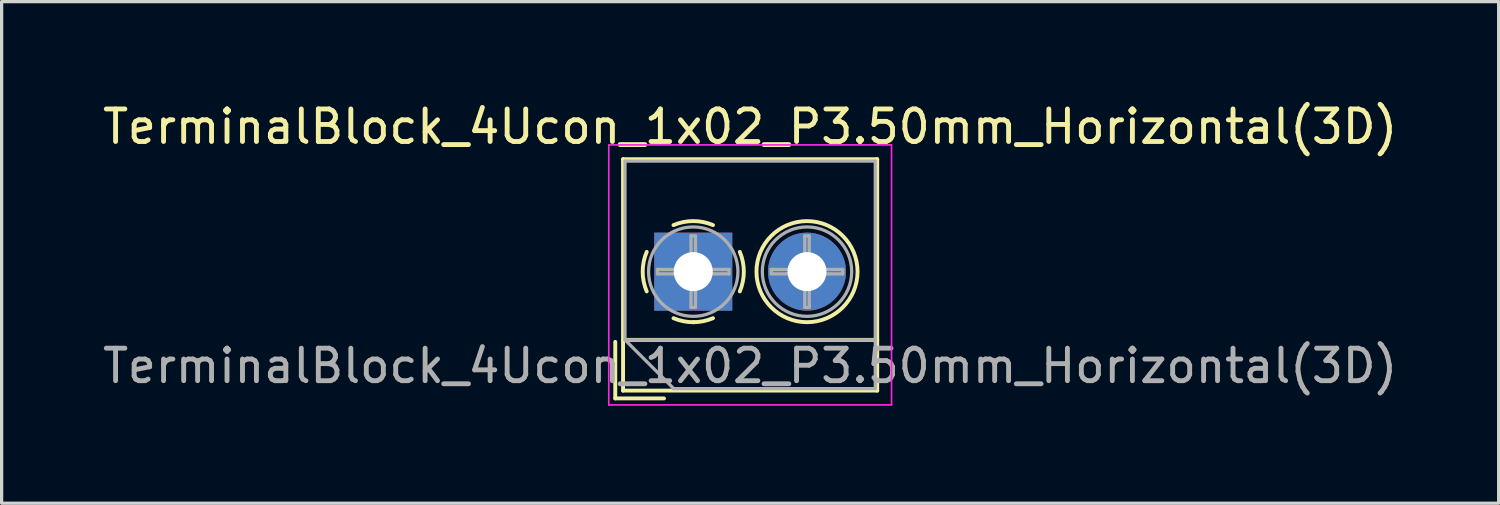
<source format=kicad_pcb>
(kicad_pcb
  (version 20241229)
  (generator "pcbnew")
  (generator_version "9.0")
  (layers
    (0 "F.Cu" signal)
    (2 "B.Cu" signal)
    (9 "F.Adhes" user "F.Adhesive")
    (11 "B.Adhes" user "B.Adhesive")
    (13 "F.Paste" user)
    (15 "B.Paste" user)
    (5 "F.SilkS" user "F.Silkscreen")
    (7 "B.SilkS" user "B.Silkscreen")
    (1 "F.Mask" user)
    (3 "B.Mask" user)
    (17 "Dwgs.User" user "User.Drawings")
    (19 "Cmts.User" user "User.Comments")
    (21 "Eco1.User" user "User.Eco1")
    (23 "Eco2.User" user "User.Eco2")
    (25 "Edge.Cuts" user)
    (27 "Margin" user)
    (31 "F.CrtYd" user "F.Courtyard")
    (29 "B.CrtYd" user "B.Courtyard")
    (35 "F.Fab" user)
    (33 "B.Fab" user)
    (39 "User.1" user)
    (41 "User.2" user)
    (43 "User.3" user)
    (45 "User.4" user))
  (footprint "TerminalBlock_4Ucon_1x02_P3.50mm_Horizontal(3D)"
    (layer "F.Cu")
    (at 18.28 5.308)
    (property "Reference" "TerminalBlock_4Ucon_1x02_P3.50mm_Horizontal(3D)" (at 1.75 -4.46 0) (layer "F.SilkS") (effects (font (size 1 1) (thickness 0.15))))
    (attr through_hole)
    (fp_line (start -2.4 2.16) (end -2.4 3.9) (stroke (width 0.12) (type solid)) (layer "F.SilkS"))
    (fp_line (start -2.4 3.9) (end -0.9 3.9) (stroke (width 0.12) (type solid)) (layer "F.SilkS"))
    (fp_line (start -2.16 -3.46) (end -2.16 3.66) (stroke (width 0.12) (type solid)) (layer "F.SilkS"))
    (fp_line (start -2.16 -3.46) (end 5.66 -3.46) (stroke (width 0.12) (type solid)) (layer "F.SilkS"))
    (fp_line (start -2.16 2.1) (end 5.66 2.1) (stroke (width 0.12) (type solid)) (layer "F.SilkS"))
    (fp_line (start -2.16 3.66) (end 5.66 3.66) (stroke (width 0.12) (type solid)) (layer "F.SilkS"))
    (fp_line (start 5.66 -3.46) (end 5.66 3.66) (stroke (width 0.12) (type solid)) (layer "F.SilkS"))
    (fp_arc (start -1.432109 0.607742) (mid -1.555727 -0.00014) (end -1.432 -0.608) (stroke (width 0.12) (type solid)) (layer "F.SilkS"))
    (fp_arc (start -0.607742 -1.432109) (mid 0.00014 -1.555727) (end 0.608 -1.432) (stroke (width 0.12) (type solid)) (layer "F.SilkS"))
    (fp_arc (start 0.027011 1.555493) (mid -0.296984 1.527118) (end -0.608 1.432) (stroke (width 0.12) (type solid)) (layer "F.SilkS"))
    (fp_arc (start 0.607587 1.431385) (mid 0.310017 1.523783) (end 0 1.555) (stroke (width 0.12) (type solid)) (layer "F.SilkS"))
    (fp_arc (start 1.432109 -0.607742) (mid 1.555727 0.00014) (end 1.432 0.608) (stroke (width 0.12) (type solid)) (layer "F.SilkS"))
    (fp_circle (center 3.5 0) (end 5.055 0) (stroke (width 0.12) (type solid)) (fill no) (layer "F.SilkS"))
    (fp_line (start -2.6 -3.9) (end -2.6 4.1) (stroke (width 0.05) (type solid)) (layer "F.CrtYd"))
    (fp_line (start -2.6 4.1) (end 6.1 4.1) (stroke (width 0.05) (type solid)) (layer "F.CrtYd"))
    (fp_line (start 6.1 -3.9) (end -2.6 -3.9) (stroke (width 0.05) (type solid)) (layer "F.CrtYd"))
    (fp_line (start 6.1 4.1) (end 6.1 -3.9) (stroke (width 0.05) (type solid)) (layer "F.CrtYd"))
    (fp_line (start -2.1 -3.4) (end 5.6 -3.4) (stroke (width 0.1) (type solid)) (layer "F.Fab"))
    (fp_line (start -2.1 2.1) (end -2.1 -3.4) (stroke (width 0.1) (type solid)) (layer "F.Fab"))
    (fp_line (start -2.1 2.1) (end 5.6 2.1) (stroke (width 0.1) (type solid)) (layer "F.Fab"))
    (fp_line (start -1.1 -0.069) (end -0.069 -0.069) (stroke (width 0.1) (type solid)) (layer "F.Fab"))
    (fp_line (start -1.1 0.069) (end -1.1 -0.069) (stroke (width 0.1) (type solid)) (layer "F.Fab"))
    (fp_line (start -0.6 3.6) (end -2.1 2.1) (stroke (width 0.1) (type solid)) (layer "F.Fab"))
    (fp_line (start -0.069 -1.1) (end 0.069 -1.1) (stroke (width 0.1) (type solid)) (layer "F.Fab"))
    (fp_line (start -0.069 -0.069) (end -0.069 -1.1) (stroke (width 0.1) (type solid)) (layer "F.Fab"))
    (fp_line (start -0.069 0.069) (end -1.1 0.069) (stroke (width 0.1) (type solid)) (layer "F.Fab"))
    (fp_line (start -0.069 1.1) (end -0.069 0.069) (stroke (width 0.1) (type solid)) (layer "F.Fab"))
    (fp_line (start 0.069 -1.1) (end 0.069 -0.069) (stroke (width 0.1) (type solid)) (layer "F.Fab"))
    (fp_line (start 0.069 -0.069) (end 1.1 -0.069) (stroke (width 0.1) (type solid)) (layer "F.Fab"))
    (fp_line (start 0.069 0.069) (end 0.069 1.1) (stroke (width 0.1) (type solid)) (layer "F.Fab"))
    (fp_line (start 0.069 1.1) (end -0.069 1.1) (stroke (width 0.1) (type solid)) (layer "F.Fab"))
    (fp_line (start 1.1 -0.069) (end 1.1 0.069) (stroke (width 0.1) (type solid)) (layer "F.Fab"))
    (fp_line (start 1.1 0.069) (end 0.069 0.069) (stroke (width 0.1) (type solid)) (layer "F.Fab"))
    (fp_line (start 2.4 -0.069) (end 3.431 -0.069) (stroke (width 0.1) (type solid)) (layer "F.Fab"))
    (fp_line (start 2.4 0.069) (end 2.4 -0.069) (stroke (width 0.1) (type solid)) (layer "F.Fab"))
    (fp_line (start 3.431 -1.1) (end 3.569 -1.1) (stroke (width 0.1) (type solid)) (layer "F.Fab"))
    (fp_line (start 3.431 -0.069) (end 3.431 -1.1) (stroke (width 0.1) (type solid)) (layer "F.Fab"))
    (fp_line (start 3.431 0.069) (end 2.4 0.069) (stroke (width 0.1) (type solid)) (layer "F.Fab"))
    (fp_line (start 3.431 1.1) (end 3.431 0.069) (stroke (width 0.1) (type solid)) (layer "F.Fab"))
    (fp_line (start 3.569 -1.1) (end 3.569 -0.069) (stroke (width 0.1) (type solid)) (layer "F.Fab"))
    (fp_line (start 3.569 -0.069) (end 4.6 -0.069) (stroke (width 0.1) (type solid)) (layer "F.Fab"))
    (fp_line (start 3.569 0.069) (end 3.569 1.1) (stroke (width 0.1) (type solid)) (layer "F.Fab"))
    (fp_line (start 3.569 1.1) (end 3.431 1.1) (stroke (width 0.1) (type solid)) (layer "F.Fab"))
    (fp_line (start 4.6 -0.069) (end 4.6 0.069) (stroke (width 0.1) (type solid)) (layer "F.Fab"))
    (fp_line (start 4.6 0.069) (end 3.569 0.069) (stroke (width 0.1) (type solid)) (layer "F.Fab"))
    (fp_line (start 5.6 -3.4) (end 5.6 3.6) (stroke (width 0.1) (type solid)) (layer "F.Fab"))
    (fp_line (start 5.6 3.6) (end -0.6 3.6) (stroke (width 0.1) (type solid)) (layer "F.Fab"))
    (fp_circle (center 0 0) (end 1.375 0) (stroke (width 0.1) (type solid)) (fill no) (layer "F.Fab"))
    (fp_circle (center 3.5 0) (end 4.875 0) (stroke (width 0.1) (type solid)) (fill no) (layer "F.Fab"))
    (fp_text user "${REFERENCE}" (at 1.75 2.9 0) (layer "F.Fab") (effects (font (size 1 1) (thickness 0.15))))
    (pad "1" thru_hole rect (at 0 0) (size 2.4 2.4) (drill 1.2) (layers "*.Cu" "*.Mask"))
    (pad "2" thru_hole circle (at 3.5 0) (size 2.4 2.4) (drill 1.2) (layers "*.Cu" "*.Mask")))
  (gr_rect
    (start -3 -3)
    (end 43.06 12.433)
    (stroke (width 0.1) (type default))
    (fill no)
    (layer "Edge.Cuts")))
</source>
